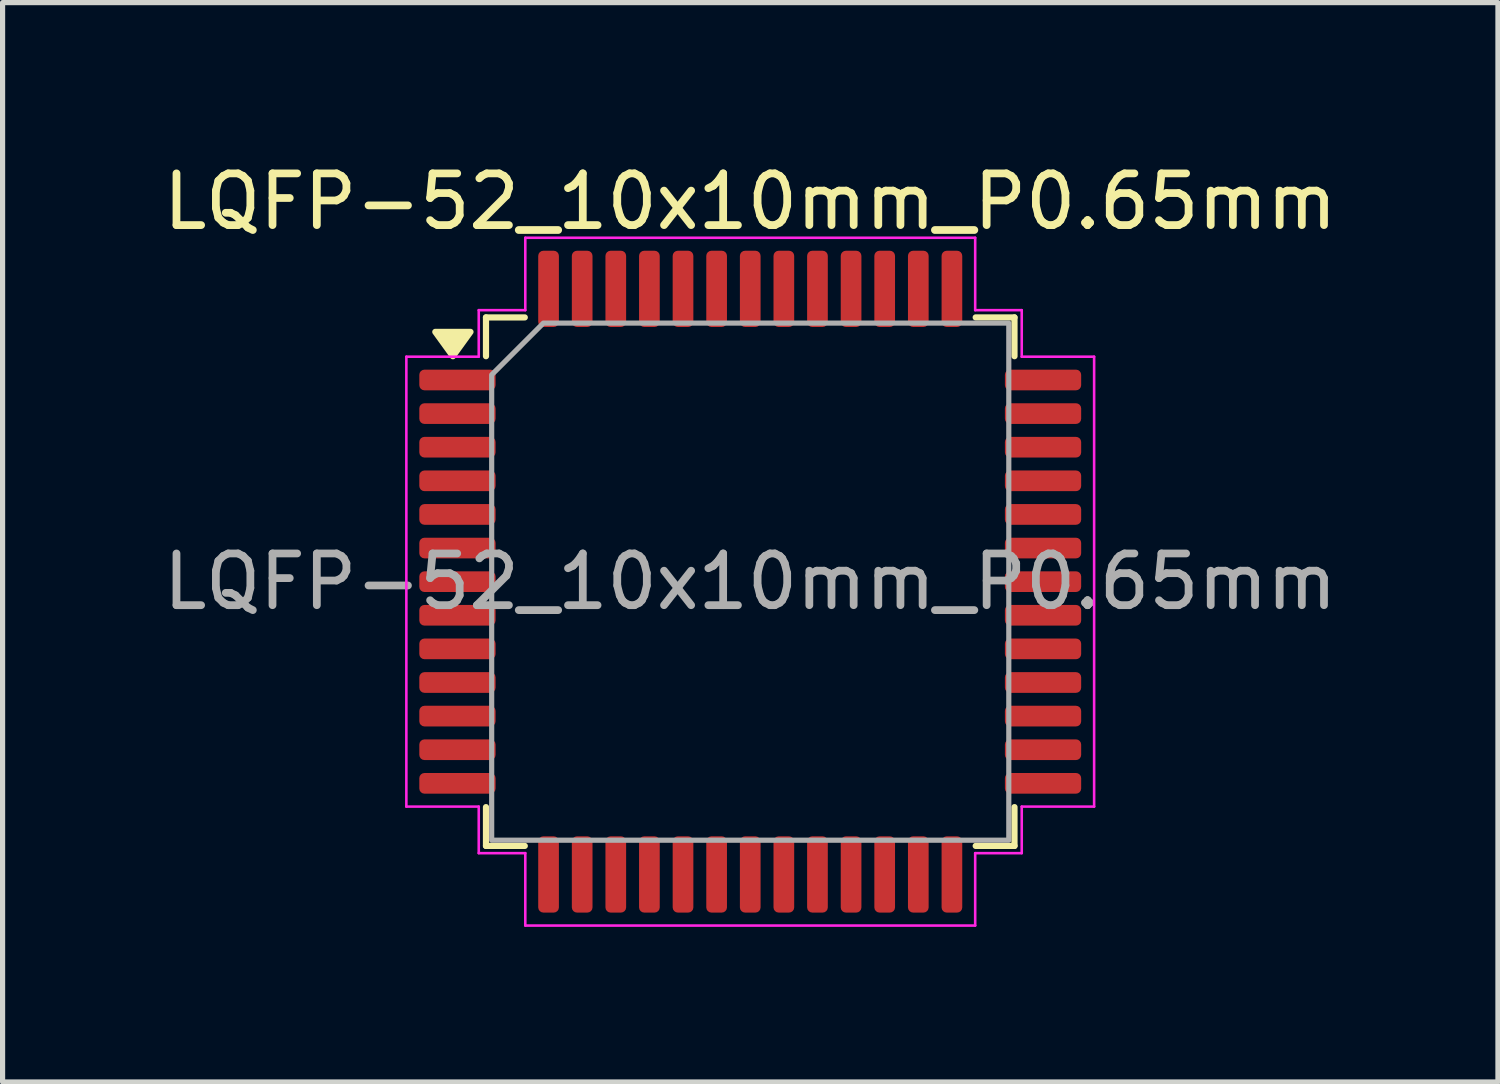
<source format=kicad_pcb>
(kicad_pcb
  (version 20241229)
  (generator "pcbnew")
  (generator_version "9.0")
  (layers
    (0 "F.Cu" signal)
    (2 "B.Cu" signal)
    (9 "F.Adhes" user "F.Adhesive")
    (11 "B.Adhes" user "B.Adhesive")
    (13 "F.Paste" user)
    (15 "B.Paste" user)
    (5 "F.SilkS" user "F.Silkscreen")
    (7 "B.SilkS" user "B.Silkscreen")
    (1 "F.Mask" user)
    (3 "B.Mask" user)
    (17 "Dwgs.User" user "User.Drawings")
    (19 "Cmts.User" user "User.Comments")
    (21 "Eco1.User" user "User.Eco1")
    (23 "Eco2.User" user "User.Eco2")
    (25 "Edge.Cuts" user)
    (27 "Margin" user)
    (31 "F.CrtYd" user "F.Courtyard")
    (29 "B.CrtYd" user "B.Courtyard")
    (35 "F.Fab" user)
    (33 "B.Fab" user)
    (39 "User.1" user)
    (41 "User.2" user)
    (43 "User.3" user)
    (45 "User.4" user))
  (footprint "LQFP-52_10x10mm_P0.65mm"
    (layer "F.Cu")
    (at 11.458 8.198)
    (property "Reference" "LQFP-52_10x10mm_P0.65mm" (at 0 -7.35 0) (layer "F.SilkS") (effects (font (size 1 1) (thickness 0.15))))
    (attr smd)
    (fp_line (start -5.11 -5.11) (end -4.36 -5.11) (stroke (width 0.12) (type solid)) (layer "F.SilkS"))
    (fp_line (start -5.11 -4.36) (end -5.11 -5.11) (stroke (width 0.12) (type solid)) (layer "F.SilkS"))
    (fp_line (start -5.11 5.11) (end -5.11 4.36) (stroke (width 0.12) (type solid)) (layer "F.SilkS"))
    (fp_line (start -4.36 5.11) (end -5.11 5.11) (stroke (width 0.12) (type solid)) (layer "F.SilkS"))
    (fp_line (start 4.36 -5.11) (end 5.11 -5.11) (stroke (width 0.12) (type solid)) (layer "F.SilkS"))
    (fp_line (start 5.11 -5.11) (end 5.11 -4.36) (stroke (width 0.12) (type solid)) (layer "F.SilkS"))
    (fp_line (start 5.11 4.36) (end 5.11 5.11) (stroke (width 0.12) (type solid)) (layer "F.SilkS"))
    (fp_line (start 5.11 5.11) (end 4.36 5.11) (stroke (width 0.12) (type solid)) (layer "F.SilkS"))
    (fp_poly (pts (xy -5.75 -4.36) (xy -6.09 -4.83) (xy -5.41 -4.83)) (stroke (width 0.12) (type solid)) (fill yes) (layer "F.SilkS"))
    (fp_line (start -6.65 -4.35) (end -5.25 -4.35) (stroke (width 0.05) (type solid)) (layer "F.CrtYd"))
    (fp_line (start -6.65 4.35) (end -6.65 -4.35) (stroke (width 0.05) (type solid)) (layer "F.CrtYd"))
    (fp_line (start -5.25 -5.25) (end -4.35 -5.25) (stroke (width 0.05) (type solid)) (layer "F.CrtYd"))
    (fp_line (start -5.25 -4.35) (end -5.25 -5.25) (stroke (width 0.05) (type solid)) (layer "F.CrtYd"))
    (fp_line (start -5.25 4.35) (end -6.65 4.35) (stroke (width 0.05) (type solid)) (layer "F.CrtYd"))
    (fp_line (start -5.25 5.25) (end -5.25 4.35) (stroke (width 0.05) (type solid)) (layer "F.CrtYd"))
    (fp_line (start -4.35 -6.65) (end 4.35 -6.65) (stroke (width 0.05) (type solid)) (layer "F.CrtYd"))
    (fp_line (start -4.35 -5.25) (end -4.35 -6.65) (stroke (width 0.05) (type solid)) (layer "F.CrtYd"))
    (fp_line (start -4.35 5.25) (end -5.25 5.25) (stroke (width 0.05) (type solid)) (layer "F.CrtYd"))
    (fp_line (start -4.35 6.65) (end -4.35 5.25) (stroke (width 0.05) (type solid)) (layer "F.CrtYd"))
    (fp_line (start 4.35 -6.65) (end 4.35 -5.25) (stroke (width 0.05) (type solid)) (layer "F.CrtYd"))
    (fp_line (start 4.35 -5.25) (end 5.25 -5.25) (stroke (width 0.05) (type solid)) (layer "F.CrtYd"))
    (fp_line (start 4.35 5.25) (end 4.35 6.65) (stroke (width 0.05) (type solid)) (layer "F.CrtYd"))
    (fp_line (start 4.35 6.65) (end -4.35 6.65) (stroke (width 0.05) (type solid)) (layer "F.CrtYd"))
    (fp_line (start 5.25 -5.25) (end 5.25 -4.35) (stroke (width 0.05) (type solid)) (layer "F.CrtYd"))
    (fp_line (start 5.25 -4.35) (end 6.65 -4.35) (stroke (width 0.05) (type solid)) (layer "F.CrtYd"))
    (fp_line (start 5.25 4.35) (end 5.25 5.25) (stroke (width 0.05) (type solid)) (layer "F.CrtYd"))
    (fp_line (start 5.25 5.25) (end 4.35 5.25) (stroke (width 0.05) (type solid)) (layer "F.CrtYd"))
    (fp_line (start 6.65 -4.35) (end 6.65 4.35) (stroke (width 0.05) (type solid)) (layer "F.CrtYd"))
    (fp_line (start 6.65 4.35) (end 5.25 4.35) (stroke (width 0.05) (type solid)) (layer "F.CrtYd"))
    (fp_poly (pts (xy -5 -4) (xy -5 5) (xy 5 5) (xy 5 -5) (xy -4 -5)) (stroke (width 0.1) (type solid)) (fill no) (layer "F.Fab"))
    (fp_text user "${REFERENCE}" (at 0 0 0) (layer "F.Fab") (effects (font (size 1 1) (thickness 0.15))))
    (pad "1" smd roundrect (at -5.662 -3.9) (size 1.475 0.4) (layers "F.Cu" "F.Mask" "F.Paste") (roundrect_rratio 0.25))
    (pad "2" smd roundrect (at -5.662 -3.25) (size 1.475 0.4) (layers "F.Cu" "F.Mask" "F.Paste") (roundrect_rratio 0.25))
    (pad "3" smd roundrect (at -5.662 -2.6) (size 1.475 0.4) (layers "F.Cu" "F.Mask" "F.Paste") (roundrect_rratio 0.25))
    (pad "4" smd roundrect (at -5.662 -1.95) (size 1.475 0.4) (layers "F.Cu" "F.Mask" "F.Paste") (roundrect_rratio 0.25))
    (pad "5" smd roundrect (at -5.662 -1.3) (size 1.475 0.4) (layers "F.Cu" "F.Mask" "F.Paste") (roundrect_rratio 0.25))
    (pad "6" smd roundrect (at -5.662 -0.65) (size 1.475 0.4) (layers "F.Cu" "F.Mask" "F.Paste") (roundrect_rratio 0.25))
    (pad "7" smd roundrect (at -5.662 0) (size 1.475 0.4) (layers "F.Cu" "F.Mask" "F.Paste") (roundrect_rratio 0.25))
    (pad "8" smd roundrect (at -5.662 0.65) (size 1.475 0.4) (layers "F.Cu" "F.Mask" "F.Paste") (roundrect_rratio 0.25))
    (pad "9" smd roundrect (at -5.662 1.3) (size 1.475 0.4) (layers "F.Cu" "F.Mask" "F.Paste") (roundrect_rratio 0.25))
    (pad "10" smd roundrect (at -5.662 1.95) (size 1.475 0.4) (layers "F.Cu" "F.Mask" "F.Paste") (roundrect_rratio 0.25))
    (pad "11" smd roundrect (at -5.662 2.6) (size 1.475 0.4) (layers "F.Cu" "F.Mask" "F.Paste") (roundrect_rratio 0.25))
    (pad "12" smd roundrect (at -5.662 3.25) (size 1.475 0.4) (layers "F.Cu" "F.Mask" "F.Paste") (roundrect_rratio 0.25))
    (pad "13" smd roundrect (at -5.662 3.9) (size 1.475 0.4) (layers "F.Cu" "F.Mask" "F.Paste") (roundrect_rratio 0.25))
    (pad "14" smd roundrect (at -3.9 5.662) (size 0.4 1.475) (layers "F.Cu" "F.Mask" "F.Paste") (roundrect_rratio 0.25))
    (pad "15" smd roundrect (at -3.25 5.662) (size 0.4 1.475) (layers "F.Cu" "F.Mask" "F.Paste") (roundrect_rratio 0.25))
    (pad "16" smd roundrect (at -2.6 5.662) (size 0.4 1.475) (layers "F.Cu" "F.Mask" "F.Paste") (roundrect_rratio 0.25))
    (pad "17" smd roundrect (at -1.95 5.662) (size 0.4 1.475) (layers "F.Cu" "F.Mask" "F.Paste") (roundrect_rratio 0.25))
    (pad "18" smd roundrect (at -1.3 5.662) (size 0.4 1.475) (layers "F.Cu" "F.Mask" "F.Paste") (roundrect_rratio 0.25))
    (pad "19" smd roundrect (at -0.65 5.662) (size 0.4 1.475) (layers "F.Cu" "F.Mask" "F.Paste") (roundrect_rratio 0.25))
    (pad "20" smd roundrect (at 0 5.662) (size 0.4 1.475) (layers "F.Cu" "F.Mask" "F.Paste") (roundrect_rratio 0.25))
    (pad "21" smd roundrect (at 0.65 5.662) (size 0.4 1.475) (layers "F.Cu" "F.Mask" "F.Paste") (roundrect_rratio 0.25))
    (pad "22" smd roundrect (at 1.3 5.662) (size 0.4 1.475) (layers "F.Cu" "F.Mask" "F.Paste") (roundrect_rratio 0.25))
    (pad "23" smd roundrect (at 1.95 5.662) (size 0.4 1.475) (layers "F.Cu" "F.Mask" "F.Paste") (roundrect_rratio 0.25))
    (pad "24" smd roundrect (at 2.6 5.662) (size 0.4 1.475) (layers "F.Cu" "F.Mask" "F.Paste") (roundrect_rratio 0.25))
    (pad "25" smd roundrect (at 3.25 5.662) (size 0.4 1.475) (layers "F.Cu" "F.Mask" "F.Paste") (roundrect_rratio 0.25))
    (pad "26" smd roundrect (at 3.9 5.662) (size 0.4 1.475) (layers "F.Cu" "F.Mask" "F.Paste") (roundrect_rratio 0.25))
    (pad "27" smd roundrect (at 5.662 3.9) (size 1.475 0.4) (layers "F.Cu" "F.Mask" "F.Paste") (roundrect_rratio 0.25))
    (pad "28" smd roundrect (at 5.662 3.25) (size 1.475 0.4) (layers "F.Cu" "F.Mask" "F.Paste") (roundrect_rratio 0.25))
    (pad "29" smd roundrect (at 5.662 2.6) (size 1.475 0.4) (layers "F.Cu" "F.Mask" "F.Paste") (roundrect_rratio 0.25))
    (pad "30" smd roundrect (at 5.662 1.95) (size 1.475 0.4) (layers "F.Cu" "F.Mask" "F.Paste") (roundrect_rratio 0.25))
    (pad "31" smd roundrect (at 5.662 1.3) (size 1.475 0.4) (layers "F.Cu" "F.Mask" "F.Paste") (roundrect_rratio 0.25))
    (pad "32" smd roundrect (at 5.662 0.65) (size 1.475 0.4) (layers "F.Cu" "F.Mask" "F.Paste") (roundrect_rratio 0.25))
    (pad "33" smd roundrect (at 5.662 0) (size 1.475 0.4) (layers "F.Cu" "F.Mask" "F.Paste") (roundrect_rratio 0.25))
    (pad "34" smd roundrect (at 5.662 -0.65) (size 1.475 0.4) (layers "F.Cu" "F.Mask" "F.Paste") (roundrect_rratio 0.25))
    (pad "35" smd roundrect (at 5.662 -1.3) (size 1.475 0.4) (layers "F.Cu" "F.Mask" "F.Paste") (roundrect_rratio 0.25))
    (pad "36" smd roundrect (at 5.662 -1.95) (size 1.475 0.4) (layers "F.Cu" "F.Mask" "F.Paste") (roundrect_rratio 0.25))
    (pad "37" smd roundrect (at 5.662 -2.6) (size 1.475 0.4) (layers "F.Cu" "F.Mask" "F.Paste") (roundrect_rratio 0.25))
    (pad "38" smd roundrect (at 5.662 -3.25) (size 1.475 0.4) (layers "F.Cu" "F.Mask" "F.Paste") (roundrect_rratio 0.25))
    (pad "39" smd roundrect (at 5.662 -3.9) (size 1.475 0.4) (layers "F.Cu" "F.Mask" "F.Paste") (roundrect_rratio 0.25))
    (pad "40" smd roundrect (at 3.9 -5.662) (size 0.4 1.475) (layers "F.Cu" "F.Mask" "F.Paste") (roundrect_rratio 0.25))
    (pad "41" smd roundrect (at 3.25 -5.662) (size 0.4 1.475) (layers "F.Cu" "F.Mask" "F.Paste") (roundrect_rratio 0.25))
    (pad "42" smd roundrect (at 2.6 -5.662) (size 0.4 1.475) (layers "F.Cu" "F.Mask" "F.Paste") (roundrect_rratio 0.25))
    (pad "43" smd roundrect (at 1.95 -5.662) (size 0.4 1.475) (layers "F.Cu" "F.Mask" "F.Paste") (roundrect_rratio 0.25))
    (pad "44" smd roundrect (at 1.3 -5.662) (size 0.4 1.475) (layers "F.Cu" "F.Mask" "F.Paste") (roundrect_rratio 0.25))
    (pad "45" smd roundrect (at 0.65 -5.662) (size 0.4 1.475) (layers "F.Cu" "F.Mask" "F.Paste") (roundrect_rratio 0.25))
    (pad "46" smd roundrect (at 0 -5.662) (size 0.4 1.475) (layers "F.Cu" "F.Mask" "F.Paste") (roundrect_rratio 0.25))
    (pad "47" smd roundrect (at -0.65 -5.662) (size 0.4 1.475) (layers "F.Cu" "F.Mask" "F.Paste") (roundrect_rratio 0.25))
    (pad "48" smd roundrect (at -1.3 -5.662) (size 0.4 1.475) (layers "F.Cu" "F.Mask" "F.Paste") (roundrect_rratio 0.25))
    (pad "49" smd roundrect (at -1.95 -5.662) (size 0.4 1.475) (layers "F.Cu" "F.Mask" "F.Paste") (roundrect_rratio 0.25))
    (pad "50" smd roundrect (at -2.6 -5.662) (size 0.4 1.475) (layers "F.Cu" "F.Mask" "F.Paste") (roundrect_rratio 0.25))
    (pad "51" smd roundrect (at -3.25 -5.662) (size 0.4 1.475) (layers "F.Cu" "F.Mask" "F.Paste") (roundrect_rratio 0.25))
    (pad "52" smd roundrect (at -3.9 -5.662) (size 0.4 1.475) (layers "F.Cu" "F.Mask" "F.Paste") (roundrect_rratio 0.25)))
  (gr_rect
    (start -3 -3)
    (end 25.917 17.873)
    (stroke (width 0.1) (type default))
    (fill no)
    (layer "Edge.Cuts")))
</source>
